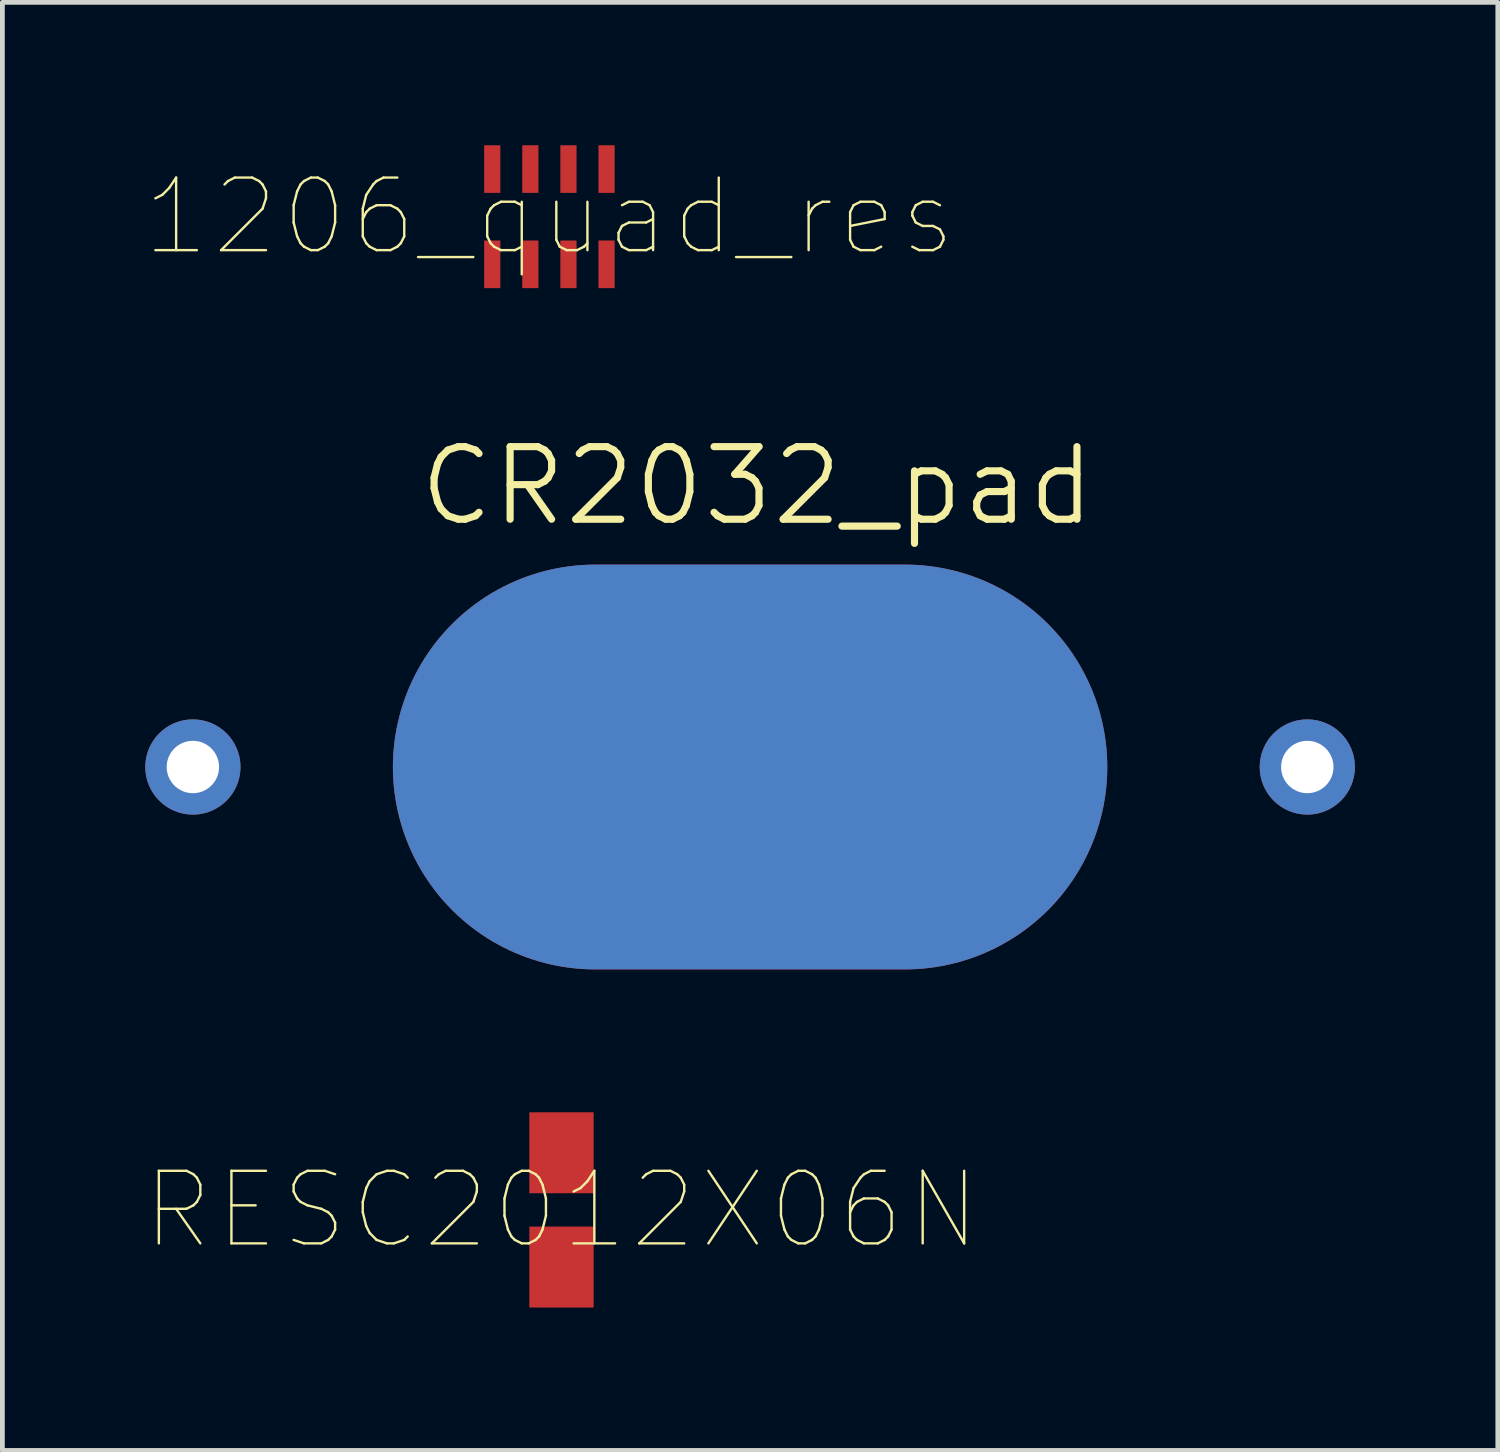
<source format=kicad_pcb>
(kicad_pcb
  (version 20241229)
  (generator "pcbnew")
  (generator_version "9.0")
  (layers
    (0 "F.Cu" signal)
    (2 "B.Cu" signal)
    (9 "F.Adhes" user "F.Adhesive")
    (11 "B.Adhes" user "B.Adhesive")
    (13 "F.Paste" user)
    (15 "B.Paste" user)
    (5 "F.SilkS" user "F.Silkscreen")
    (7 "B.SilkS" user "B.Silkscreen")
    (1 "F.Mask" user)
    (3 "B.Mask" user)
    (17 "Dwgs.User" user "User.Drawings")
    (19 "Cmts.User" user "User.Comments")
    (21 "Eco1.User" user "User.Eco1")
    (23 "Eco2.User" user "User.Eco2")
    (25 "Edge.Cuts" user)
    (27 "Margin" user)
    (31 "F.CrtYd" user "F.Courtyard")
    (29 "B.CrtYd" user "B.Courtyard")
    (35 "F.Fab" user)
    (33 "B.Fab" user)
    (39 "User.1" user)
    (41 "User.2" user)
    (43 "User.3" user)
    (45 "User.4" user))
  (footprint "CR2032_pad"
    (layer "F.Cu")
    (at 12.7 13.055)
    (property "Reference" "CR2032_pad" (at 0.15 -5.9 0) (layer "F.SilkS") (effects (font (size 1.524 1.524) (thickness 0.15))))
    (attr smd)
    (pad "1" smd oval (at 0 0) (size 15 8.5) (layers "F.Cu" "F.Mask" "F.Paste"))
    (pad "1" thru_hole circle (at 11.7 0) (size 2 2) (drill 1.1) (layers "*.Cu" "*.Paste" "*.Mask"))
    (pad "2" thru_hole circle (at -11.7 0) (size 2 2) (drill 1.1) (layers "*.Cu" "*.Paste" "*.Mask"))
    (pad "2" smd oval (at 0 0) (size 15 8.5) (layers "B.Cu" "B.Mask" "B.Paste")))
  (footprint "1206_quad_res"
    (layer "F.Cu")
    (at 8.486 1.5)
    (property "Reference" "1206_quad_res" (at 0 0 0) (layer "F.SilkS") (effects (font (size 1.524 1.524) (thickness 0.05))))
    (attr smd)
    (pad "1" smd rect (at 1.2 -1 180) (size 0.34 1) (layers "F.Cu" "F.Mask" "F.Paste"))
    (pad "2" smd rect (at 1.2 1 180) (size 0.34 1) (layers "F.Cu" "F.Mask" "F.Paste"))
    (pad "3" smd rect (at 0.4 -1 180) (size 0.34 1) (layers "F.Cu" "F.Mask" "F.Paste"))
    (pad "4" smd rect (at 0.4 1 180) (size 0.34 1) (layers "F.Cu" "F.Mask" "F.Paste"))
    (pad "5" smd rect (at -0.4 -1 180) (size 0.34 1) (layers "F.Cu" "F.Mask" "F.Paste"))
    (pad "6" smd rect (at -0.4 1 180) (size 0.34 1) (layers "F.Cu" "F.Mask" "F.Paste"))
    (pad "7" smd rect (at -1.2 -1 180) (size 0.34 1) (layers "F.Cu" "F.Mask" "F.Paste"))
    (pad "8" smd rect (at -1.2 1 180) (size 0.34 1) (layers "F.Cu" "F.Mask" "F.Paste")))
  (footprint "RESC2012X06N"
    (layer "F.Cu")
    (at 8.74 22.355)
    (property "Reference" "RESC2012X06N" (at 0 0 0) (layer "F.SilkS") (effects (font (size 1.524 1.524) (thickness 0.05))))
    (attr smd)
    (pad "1" smd rect (at 0 1.2 180) (size 1.35 1.7) (layers "F.Cu" "F.Mask" "F.Paste"))
    (pad "2" smd rect (at 0 -1.2 180) (size 1.35 1.7) (layers "F.Cu" "F.Mask" "F.Paste")))
  (gr_rect
    (start -3 -3)
    (end 28.4 27.405)
    (stroke (width 0.1) (type default))
    (fill no)
    (layer "Edge.Cuts")))
</source>
